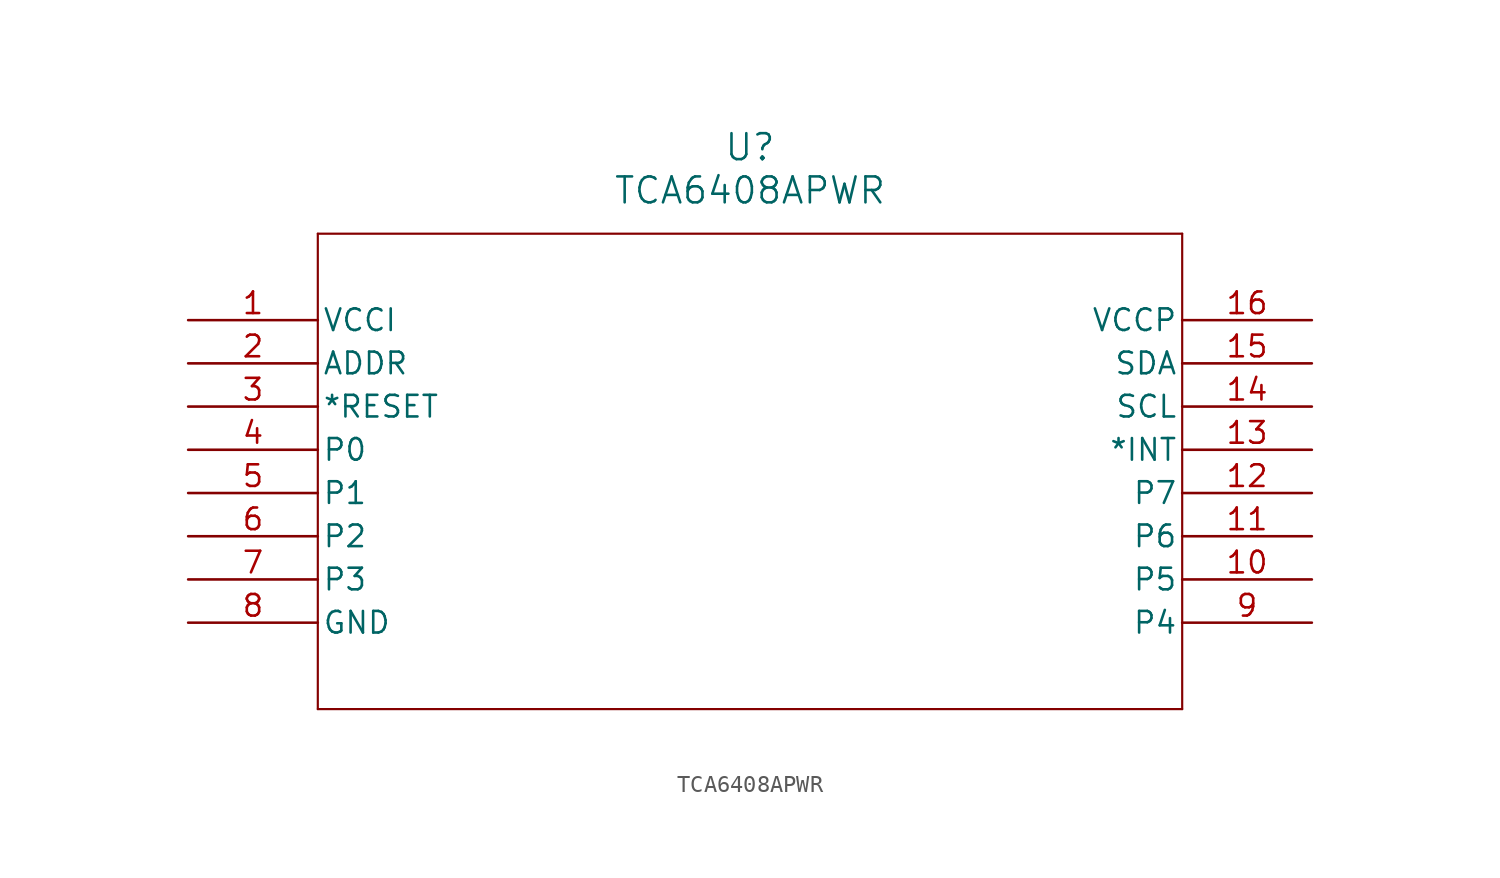
<source format=kicad_sym>
(kicad_symbol_lib
  (version 20211014)
  (generator kicad_symbol_editor)
  (symbol "TCA6408APWR"
    (pin_names
      (offset 0.254))
    (property "Reference" "U"
      (at 33.02 10.16 0)
      (effects (font (size 1.524 1.524))))
    (property "Value" "TCA6408APWR"
      (at 33.02 7.62 0)
      (effects (font (size 1.524 1.524))))
    (symbol "TCA6408APWR_0_1"
      (polyline (pts (xy 7.62 5.08) (xy 7.62 -22.86)) (stroke (width .127) (type default) (color 0 0 0 0)) (fill (type none)))
      (polyline (pts (xy 7.62 -22.86) (xy 58.42 -22.86)) (stroke (width .127) (type default) (color 0 0 0 0)) (fill (type none)))
      (polyline (pts (xy 58.42 -22.86) (xy 58.42 5.08)) (stroke (width .127) (type default) (color 0 0 0 0)) (fill (type none)))
      (polyline (pts (xy 58.42 5.08) (xy 7.62 5.08)) (stroke (width .127) (type default) (color 0 0 0 0)) (fill (type none)))
      (pin power_in line (at 0 0 0) (length 7.62) (name "VCCI" (effects (font (size 1.27 1.27)))) (number "1" (effects (font (size 1.27 1.27)))))
      (pin unspecified line (at 0 -2.54 0) (length 7.62) (name "ADDR" (effects (font (size 1.27 1.27)))) (number "2" (effects (font (size 1.27 1.27)))))
      (pin input line (at 0 -5.08 0) (length 7.62) (name "*RESET" (effects (font (size 1.27 1.27)))) (number "3" (effects (font (size 1.27 1.27)))))
      (pin output line (at 0 -7.62 0) (length 7.62) (name "P0" (effects (font (size 1.27 1.27)))) (number "4" (effects (font (size 1.27 1.27)))))
      (pin output line (at 0 -10.16 0) (length 7.62) (name "P1" (effects (font (size 1.27 1.27)))) (number "5" (effects (font (size 1.27 1.27)))))
      (pin output line (at 0 -12.7 0) (length 7.62) (name "P2" (effects (font (size 1.27 1.27)))) (number "6" (effects (font (size 1.27 1.27)))))
      (pin output line (at 0 -15.24 0) (length 7.62) (name "P3" (effects (font (size 1.27 1.27)))) (number "7" (effects (font (size 1.27 1.27)))))
      (pin power_in line (at 0 -17.78 0) (length 7.62) (name "GND" (effects (font (size 1.27 1.27)))) (number "8" (effects (font (size 1.27 1.27)))))
      (pin output line (at 66.04 -17.78 180) (length 7.62) (name "P4" (effects (font (size 1.27 1.27)))) (number "9" (effects (font (size 1.27 1.27)))))
      (pin output line (at 66.04 -15.24 180) (length 7.62) (name "P5" (effects (font (size 1.27 1.27)))) (number "10" (effects (font (size 1.27 1.27)))))
      (pin output line (at 66.04 -12.7 180) (length 7.62) (name "P6" (effects (font (size 1.27 1.27)))) (number "11" (effects (font (size 1.27 1.27)))))
      (pin output line (at 66.04 -10.16 180) (length 7.62) (name "P7" (effects (font (size 1.27 1.27)))) (number "12" (effects (font (size 1.27 1.27)))))
      (pin output line (at 66.04 -7.62 180) (length 7.62) (name "*INT" (effects (font (size 1.27 1.27)))) (number "13" (effects (font (size 1.27 1.27)))))
      (pin bidirectional line (at 66.04 -5.08 180) (length 7.62) (name "SCL" (effects (font (size 1.27 1.27)))) (number "14" (effects (font (size 1.27 1.27)))))
      (pin bidirectional line (at 66.04 -2.54 180) (length 7.62) (name "SDA" (effects (font (size 1.27 1.27)))) (number "15" (effects (font (size 1.27 1.27)))))
      (pin power_in line (at 66.04 0 180) (length 7.62) (name "VCCP" (effects (font (size 1.27 1.27)))) (number "16" (effects (font (size 1.27 1.27))))))))
</source>
